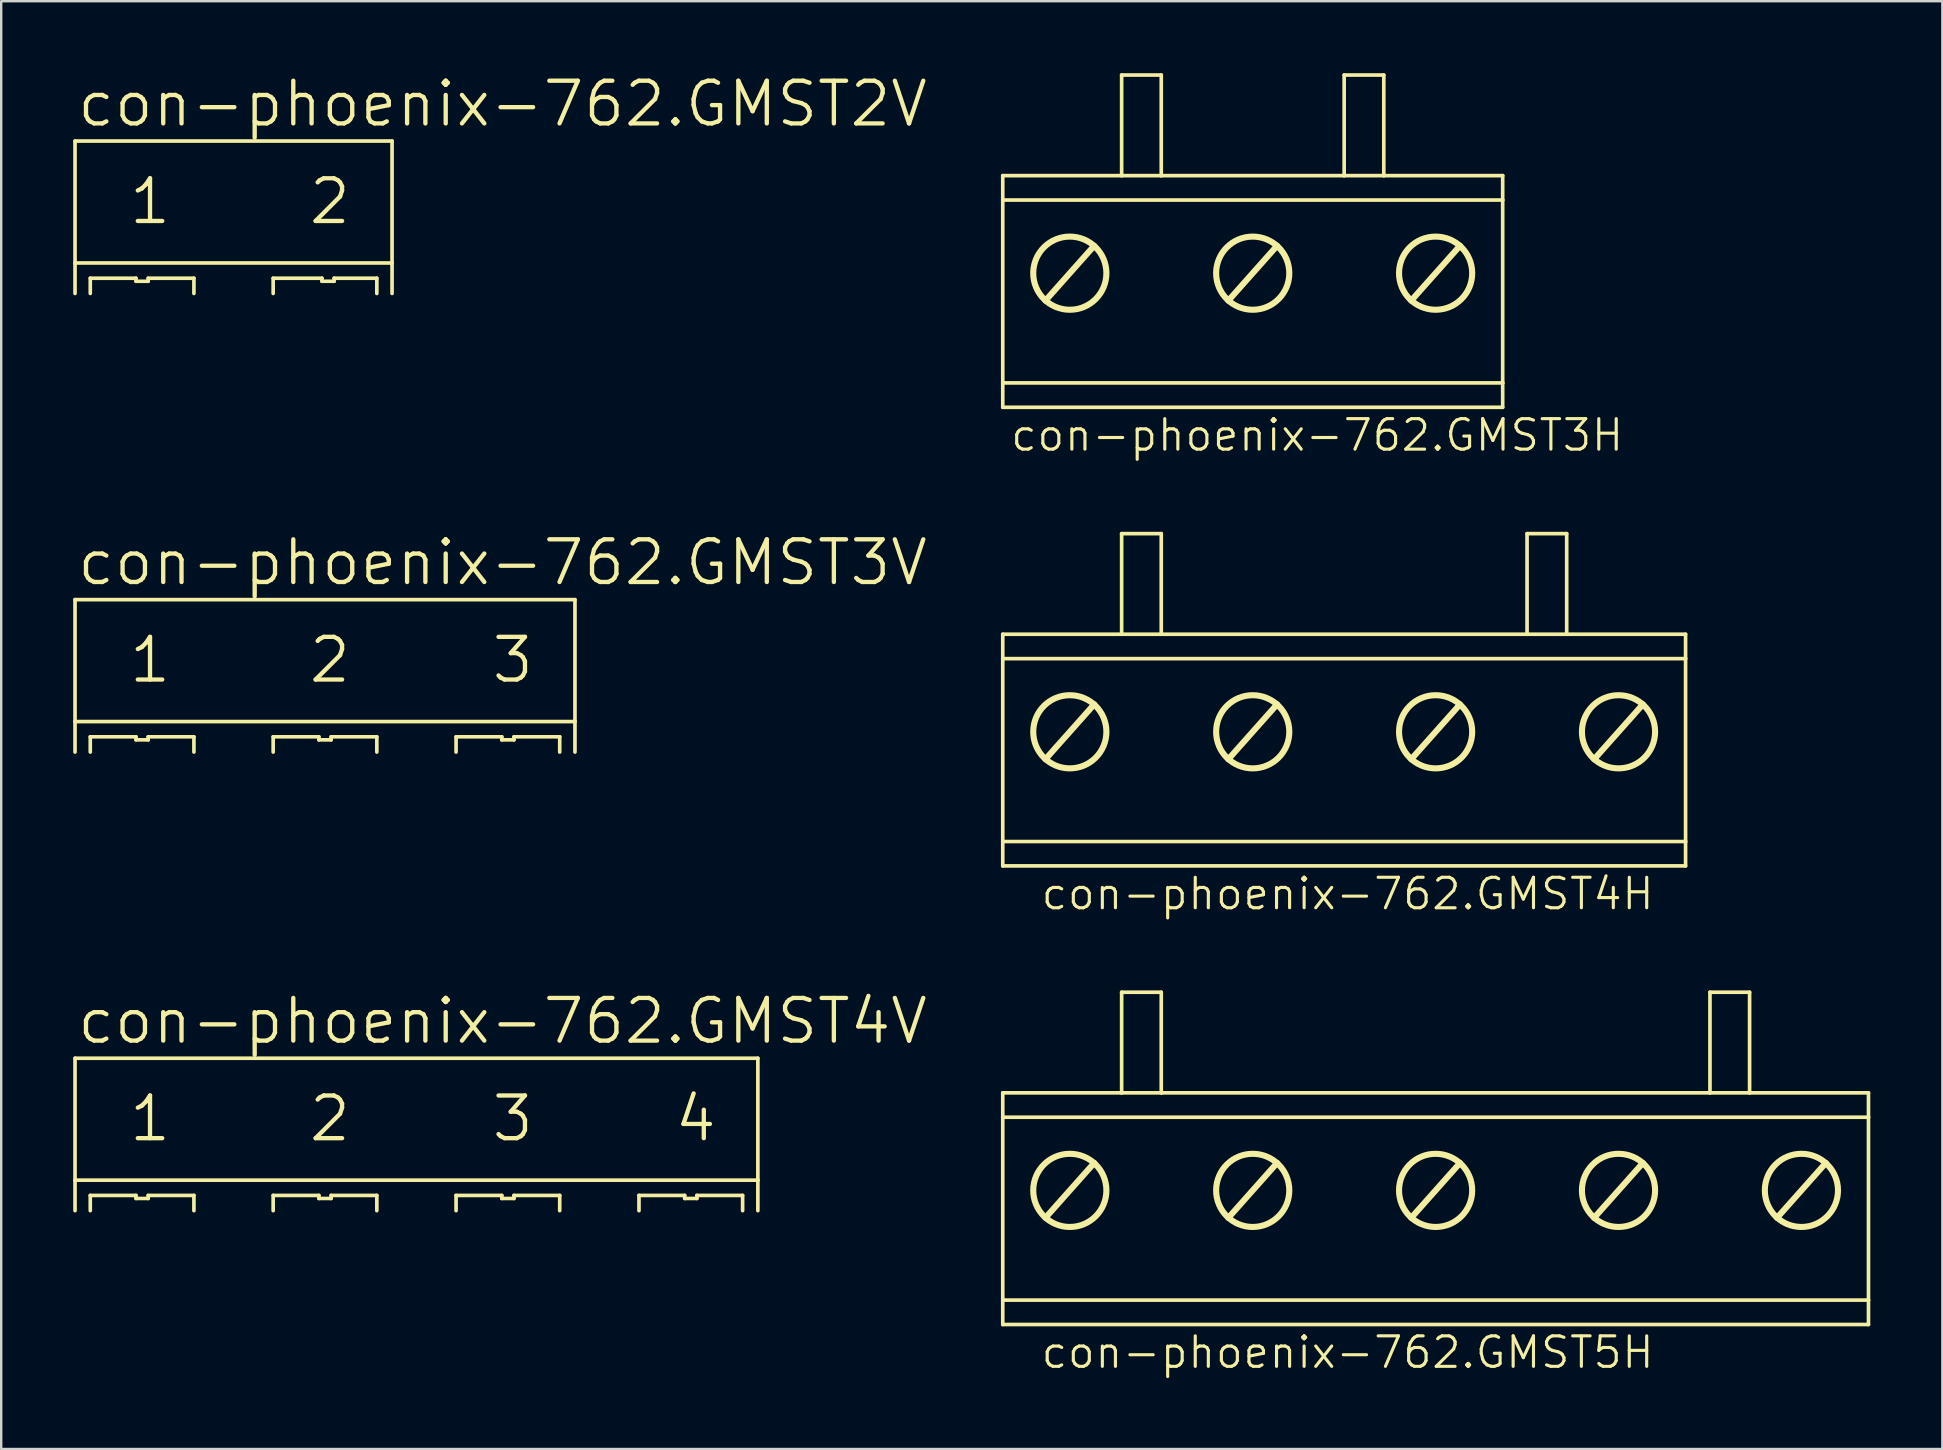
<source format=kicad_pcb>
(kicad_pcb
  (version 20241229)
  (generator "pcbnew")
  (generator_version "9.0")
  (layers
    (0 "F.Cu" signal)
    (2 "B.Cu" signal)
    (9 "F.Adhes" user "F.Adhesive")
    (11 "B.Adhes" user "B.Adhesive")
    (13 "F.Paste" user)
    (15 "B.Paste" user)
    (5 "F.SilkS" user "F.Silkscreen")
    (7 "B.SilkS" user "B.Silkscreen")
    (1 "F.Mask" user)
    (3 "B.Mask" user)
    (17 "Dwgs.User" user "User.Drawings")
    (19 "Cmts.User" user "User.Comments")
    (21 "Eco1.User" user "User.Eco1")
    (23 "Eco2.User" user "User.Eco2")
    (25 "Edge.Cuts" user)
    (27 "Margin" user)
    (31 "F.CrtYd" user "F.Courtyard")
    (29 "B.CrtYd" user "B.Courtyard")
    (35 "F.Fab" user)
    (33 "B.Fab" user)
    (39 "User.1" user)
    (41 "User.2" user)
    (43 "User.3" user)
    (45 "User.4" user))
  (footprint "con-phoenix-762.GMST4V"
    (layer "F.Cu")
    (at 14.3 44.595)
    (property "Reference" "con-phoenix-762.GMST4V" (at -14.224 -4.064 0) (layer "F.SilkS") (effects (font (size 1.778 1.778) (thickness 0.18)) (justify left bottom)))
    (fp_line (start -14.224 -3.556) (end 14.224 -3.556) (stroke (width 0.152) (type default)) (layer "F.SilkS"))
    (fp_line (start -14.224 1.524) (end -14.224 -3.556) (stroke (width 0.152) (type default)) (layer "F.SilkS"))
    (fp_line (start -14.224 1.524) (end 14.224 1.524) (stroke (width 0.152) (type default)) (layer "F.SilkS"))
    (fp_line (start -14.224 2.794) (end -14.224 1.524) (stroke (width 0.152) (type default)) (layer "F.SilkS"))
    (fp_line (start -13.589 2.159) (end -13.589 2.794) (stroke (width 0.152) (type default)) (layer "F.SilkS"))
    (fp_line (start -11.684 2.159) (end -13.589 2.159) (stroke (width 0.152) (type default)) (layer "F.SilkS"))
    (fp_line (start -11.684 2.286) (end -11.684 2.159) (stroke (width 0.152) (type default)) (layer "F.SilkS"))
    (fp_line (start -11.176 2.159) (end -11.176 2.286) (stroke (width 0.152) (type default)) (layer "F.SilkS"))
    (fp_line (start -11.176 2.286) (end -11.684 2.286) (stroke (width 0.152) (type default)) (layer "F.SilkS"))
    (fp_line (start -9.271 2.159) (end -11.176 2.159) (stroke (width 0.152) (type default)) (layer "F.SilkS"))
    (fp_line (start -9.271 2.794) (end -9.271 2.159) (stroke (width 0.152) (type default)) (layer "F.SilkS"))
    (fp_line (start -5.969 2.159) (end -5.969 2.794) (stroke (width 0.152) (type default)) (layer "F.SilkS"))
    (fp_line (start -4.064 2.159) (end -5.969 2.159) (stroke (width 0.152) (type default)) (layer "F.SilkS"))
    (fp_line (start -4.064 2.286) (end -4.064 2.159) (stroke (width 0.152) (type default)) (layer "F.SilkS"))
    (fp_line (start -3.556 2.159) (end -3.556 2.286) (stroke (width 0.152) (type default)) (layer "F.SilkS"))
    (fp_line (start -3.556 2.286) (end -4.064 2.286) (stroke (width 0.152) (type default)) (layer "F.SilkS"))
    (fp_line (start -1.651 2.159) (end -3.556 2.159) (stroke (width 0.152) (type default)) (layer "F.SilkS"))
    (fp_line (start -1.651 2.794) (end -1.651 2.159) (stroke (width 0.152) (type default)) (layer "F.SilkS"))
    (fp_line (start 1.651 2.159) (end 1.651 2.794) (stroke (width 0.152) (type default)) (layer "F.SilkS"))
    (fp_line (start 3.556 2.159) (end 1.651 2.159) (stroke (width 0.152) (type default)) (layer "F.SilkS"))
    (fp_line (start 3.556 2.286) (end 3.556 2.159) (stroke (width 0.152) (type default)) (layer "F.SilkS"))
    (fp_line (start 4.064 2.159) (end 4.064 2.286) (stroke (width 0.152) (type default)) (layer "F.SilkS"))
    (fp_line (start 4.064 2.286) (end 3.556 2.286) (stroke (width 0.152) (type default)) (layer "F.SilkS"))
    (fp_line (start 5.969 2.159) (end 4.064 2.159) (stroke (width 0.152) (type default)) (layer "F.SilkS"))
    (fp_line (start 5.969 2.794) (end 5.969 2.159) (stroke (width 0.152) (type default)) (layer "F.SilkS"))
    (fp_line (start 9.271 2.159) (end 9.271 2.794) (stroke (width 0.152) (type default)) (layer "F.SilkS"))
    (fp_line (start 11.176 2.159) (end 9.271 2.159) (stroke (width 0.152) (type default)) (layer "F.SilkS"))
    (fp_line (start 11.176 2.286) (end 11.176 2.159) (stroke (width 0.152) (type default)) (layer "F.SilkS"))
    (fp_line (start 11.684 2.159) (end 11.684 2.286) (stroke (width 0.152) (type default)) (layer "F.SilkS"))
    (fp_line (start 11.684 2.286) (end 11.176 2.286) (stroke (width 0.152) (type default)) (layer "F.SilkS"))
    (fp_line (start 13.589 2.159) (end 11.684 2.159) (stroke (width 0.152) (type default)) (layer "F.SilkS"))
    (fp_line (start 13.589 2.794) (end 13.589 2.159) (stroke (width 0.152) (type default)) (layer "F.SilkS"))
    (fp_line (start 14.224 -3.556) (end 14.224 1.524) (stroke (width 0.152) (type default)) (layer "F.SilkS"))
    (fp_line (start 14.224 1.524) (end 14.224 2.794) (stroke (width 0.152) (type default)) (layer "F.SilkS"))
    (fp_text user "3" (at 3.048 0 0) (layer "F.SilkS") (effects (font (size 1.778 1.778) (thickness 0.18)) (justify left bottom)))
    (fp_text user "4" (at 10.668 0 0) (layer "F.SilkS") (effects (font (size 1.778 1.778) (thickness 0.18)) (justify left bottom)))
    (fp_text user "2" (at -4.572 0 0) (layer "F.SilkS") (effects (font (size 1.778 1.778) (thickness 0.18)) (justify left bottom)))
    (fp_text user "1" (at -12.065 0 0) (layer "F.SilkS") (effects (font (size 1.778 1.778) (thickness 0.18)) (justify left bottom))))
  (footprint "con-phoenix-762.GMST3H"
    (layer "F.Cu")
    (at 49.141 6.934)
    (property "Reference" "con-phoenix-762.GMST3H" (at -10.16 8.89 0) (layer "F.SilkS") (effects (font (size 1.27 1.27) (thickness 0.13)) (justify left bottom)))
    (fp_line (start -10.414 -2.667) (end -10.414 -1.651) (stroke (width 0.152) (type default)) (layer "F.SilkS"))
    (fp_line (start -10.414 -2.667) (end -5.461 -2.667) (stroke (width 0.152) (type default)) (layer "F.SilkS"))
    (fp_line (start -10.414 -1.651) (end -10.414 5.969) (stroke (width 0.152) (type default)) (layer "F.SilkS"))
    (fp_line (start -10.414 -1.651) (end 10.414 -1.651) (stroke (width 0.152) (type default)) (layer "F.SilkS"))
    (fp_line (start -10.414 5.969) (end -10.414 6.985) (stroke (width 0.152) (type default)) (layer "F.SilkS"))
    (fp_line (start -10.414 5.969) (end 10.414 5.969) (stroke (width 0.152) (type default)) (layer "F.SilkS"))
    (fp_line (start -10.414 6.985) (end 10.414 6.985) (stroke (width 0.152) (type default)) (layer "F.SilkS"))
    (fp_line (start -8.636 2.54) (end -6.604 0.254) (stroke (width 0.254) (type default)) (layer "F.SilkS"))
    (fp_line (start -5.461 -6.858) (end -5.461 -2.667) (stroke (width 0.152) (type default)) (layer "F.SilkS"))
    (fp_line (start -5.461 -2.667) (end -3.81 -2.667) (stroke (width 0.152) (type default)) (layer "F.SilkS"))
    (fp_line (start -3.81 -6.858) (end -5.461 -6.858) (stroke (width 0.152) (type default)) (layer "F.SilkS"))
    (fp_line (start -3.81 -2.667) (end -3.81 -6.858) (stroke (width 0.152) (type default)) (layer "F.SilkS"))
    (fp_line (start -3.81 -2.667) (end 3.81 -2.667) (stroke (width 0.152) (type default)) (layer "F.SilkS"))
    (fp_line (start -1.016 2.54) (end 1.016 0.254) (stroke (width 0.254) (type default)) (layer "F.SilkS"))
    (fp_line (start 3.81 -2.667) (end 3.81 -6.858) (stroke (width 0.152) (type default)) (layer "F.SilkS"))
    (fp_line (start 3.81 -2.667) (end 5.461 -2.667) (stroke (width 0.152) (type default)) (layer "F.SilkS"))
    (fp_line (start 5.461 -6.858) (end 3.81 -6.858) (stroke (width 0.152) (type default)) (layer "F.SilkS"))
    (fp_line (start 5.461 -6.858) (end 5.461 -2.667) (stroke (width 0.152) (type default)) (layer "F.SilkS"))
    (fp_line (start 5.461 -2.667) (end 10.414 -2.667) (stroke (width 0.152) (type default)) (layer "F.SilkS"))
    (fp_line (start 6.604 2.54) (end 8.636 0.254) (stroke (width 0.254) (type default)) (layer "F.SilkS"))
    (fp_line (start 10.414 -2.667) (end 10.414 -1.651) (stroke (width 0.152) (type default)) (layer "F.SilkS"))
    (fp_line (start 10.414 -1.651) (end 10.414 5.969) (stroke (width 0.152) (type default)) (layer "F.SilkS"))
    (fp_line (start 10.414 5.969) (end 10.414 6.985) (stroke (width 0.152) (type default)) (layer "F.SilkS"))
    (fp_circle (center -7.62 1.397) (end -6.096 1.397) (stroke (width 0.254) (type default)) (fill no) (layer "F.SilkS"))
    (fp_circle (center 0 1.397) (end 1.524 1.397) (stroke (width 0.254) (type default)) (fill no) (layer "F.SilkS"))
    (fp_circle (center 7.62 1.397) (end 9.144 1.397) (stroke (width 0.254) (type default)) (fill no) (layer "F.SilkS")))
  (footprint "con-phoenix-762.GMST2V"
    (layer "F.Cu")
    (at 6.68 6.382)
    (property "Reference" "con-phoenix-762.GMST2V" (at -6.604 -4.064 0) (layer "F.SilkS") (effects (font (size 1.778 1.778) (thickness 0.18)) (justify left bottom)))
    (fp_line (start -6.604 -3.556) (end 6.604 -3.556) (stroke (width 0.152) (type default)) (layer "F.SilkS"))
    (fp_line (start -6.604 1.524) (end -6.604 -3.556) (stroke (width 0.152) (type default)) (layer "F.SilkS"))
    (fp_line (start -6.604 1.524) (end 6.604 1.524) (stroke (width 0.152) (type default)) (layer "F.SilkS"))
    (fp_line (start -6.604 2.794) (end -6.604 1.524) (stroke (width 0.152) (type default)) (layer "F.SilkS"))
    (fp_line (start -5.969 2.159) (end -5.969 2.794) (stroke (width 0.152) (type default)) (layer "F.SilkS"))
    (fp_line (start -4.064 2.159) (end -5.969 2.159) (stroke (width 0.152) (type default)) (layer "F.SilkS"))
    (fp_line (start -4.064 2.286) (end -4.064 2.159) (stroke (width 0.152) (type default)) (layer "F.SilkS"))
    (fp_line (start -3.556 2.159) (end -3.556 2.286) (stroke (width 0.152) (type default)) (layer "F.SilkS"))
    (fp_line (start -3.556 2.286) (end -4.064 2.286) (stroke (width 0.152) (type default)) (layer "F.SilkS"))
    (fp_line (start -1.651 2.159) (end -3.556 2.159) (stroke (width 0.152) (type default)) (layer "F.SilkS"))
    (fp_line (start -1.651 2.794) (end -1.651 2.159) (stroke (width 0.152) (type default)) (layer "F.SilkS"))
    (fp_line (start 1.651 2.159) (end 1.651 2.794) (stroke (width 0.152) (type default)) (layer "F.SilkS"))
    (fp_line (start 3.683 2.159) (end 1.651 2.159) (stroke (width 0.152) (type default)) (layer "F.SilkS"))
    (fp_line (start 3.683 2.286) (end 3.683 2.159) (stroke (width 0.152) (type default)) (layer "F.SilkS"))
    (fp_line (start 4.191 2.159) (end 4.191 2.286) (stroke (width 0.152) (type default)) (layer "F.SilkS"))
    (fp_line (start 4.191 2.286) (end 3.683 2.286) (stroke (width 0.152) (type default)) (layer "F.SilkS"))
    (fp_line (start 5.969 2.159) (end 4.191 2.159) (stroke (width 0.152) (type default)) (layer "F.SilkS"))
    (fp_line (start 5.969 2.794) (end 5.969 2.159) (stroke (width 0.152) (type default)) (layer "F.SilkS"))
    (fp_line (start 6.604 -3.556) (end 6.604 1.524) (stroke (width 0.152) (type default)) (layer "F.SilkS"))
    (fp_line (start 6.604 1.524) (end 6.604 2.794) (stroke (width 0.152) (type default)) (layer "F.SilkS"))
    (fp_text user "1" (at -4.445 0 0) (layer "F.SilkS") (effects (font (size 1.778 1.778) (thickness 0.18)) (justify left bottom)))
    (fp_text user "2" (at 3.048 0 0) (layer "F.SilkS") (effects (font (size 1.778 1.778) (thickness 0.18)) (justify left bottom))))
  (footprint "con-phoenix-762.GMST3V"
    (layer "F.Cu")
    (at 10.49 25.488)
    (property "Reference" "con-phoenix-762.GMST3V" (at -10.414 -4.064 0) (layer "F.SilkS") (effects (font (size 1.778 1.778) (thickness 0.18)) (justify left bottom)))
    (fp_line (start -10.414 -3.556) (end 10.414 -3.556) (stroke (width 0.152) (type default)) (layer "F.SilkS"))
    (fp_line (start -10.414 1.524) (end -10.414 -3.556) (stroke (width 0.152) (type default)) (layer "F.SilkS"))
    (fp_line (start -10.414 1.524) (end 10.414 1.524) (stroke (width 0.152) (type default)) (layer "F.SilkS"))
    (fp_line (start -10.414 2.794) (end -10.414 1.524) (stroke (width 0.152) (type default)) (layer "F.SilkS"))
    (fp_line (start -9.779 2.159) (end -9.779 2.794) (stroke (width 0.152) (type default)) (layer "F.SilkS"))
    (fp_line (start -7.874 2.159) (end -9.779 2.159) (stroke (width 0.152) (type default)) (layer "F.SilkS"))
    (fp_line (start -7.874 2.286) (end -7.874 2.159) (stroke (width 0.152) (type default)) (layer "F.SilkS"))
    (fp_line (start -7.366 2.159) (end -7.366 2.286) (stroke (width 0.152) (type default)) (layer "F.SilkS"))
    (fp_line (start -7.366 2.286) (end -7.874 2.286) (stroke (width 0.152) (type default)) (layer "F.SilkS"))
    (fp_line (start -5.461 2.159) (end -7.366 2.159) (stroke (width 0.152) (type default)) (layer "F.SilkS"))
    (fp_line (start -5.461 2.794) (end -5.461 2.159) (stroke (width 0.152) (type default)) (layer "F.SilkS"))
    (fp_line (start -2.159 2.159) (end -2.159 2.794) (stroke (width 0.152) (type default)) (layer "F.SilkS"))
    (fp_line (start -0.254 2.159) (end -2.159 2.159) (stroke (width 0.152) (type default)) (layer "F.SilkS"))
    (fp_line (start -0.254 2.286) (end -0.254 2.159) (stroke (width 0.152) (type default)) (layer "F.SilkS"))
    (fp_line (start 0.254 2.159) (end 0.254 2.286) (stroke (width 0.152) (type default)) (layer "F.SilkS"))
    (fp_line (start 0.254 2.286) (end -0.254 2.286) (stroke (width 0.152) (type default)) (layer "F.SilkS"))
    (fp_line (start 2.159 2.159) (end 0.254 2.159) (stroke (width 0.152) (type default)) (layer "F.SilkS"))
    (fp_line (start 2.159 2.794) (end 2.159 2.159) (stroke (width 0.152) (type default)) (layer "F.SilkS"))
    (fp_line (start 5.461 2.159) (end 5.461 2.794) (stroke (width 0.152) (type default)) (layer "F.SilkS"))
    (fp_line (start 7.366 2.159) (end 5.461 2.159) (stroke (width 0.152) (type default)) (layer "F.SilkS"))
    (fp_line (start 7.366 2.286) (end 7.366 2.159) (stroke (width 0.152) (type default)) (layer "F.SilkS"))
    (fp_line (start 7.874 2.159) (end 7.874 2.286) (stroke (width 0.152) (type default)) (layer "F.SilkS"))
    (fp_line (start 7.874 2.286) (end 7.366 2.286) (stroke (width 0.152) (type default)) (layer "F.SilkS"))
    (fp_line (start 9.779 2.159) (end 7.874 2.159) (stroke (width 0.152) (type default)) (layer "F.SilkS"))
    (fp_line (start 9.779 2.794) (end 9.779 2.159) (stroke (width 0.152) (type default)) (layer "F.SilkS"))
    (fp_line (start 10.414 -3.556) (end 10.414 1.524) (stroke (width 0.152) (type default)) (layer "F.SilkS"))
    (fp_line (start 10.414 1.524) (end 10.414 2.794) (stroke (width 0.152) (type default)) (layer "F.SilkS"))
    (fp_text user "2" (at -0.762 0 0) (layer "F.SilkS") (effects (font (size 1.778 1.778) (thickness 0.18)) (justify left bottom)))
    (fp_text user "1" (at -8.255 0 0) (layer "F.SilkS") (effects (font (size 1.778 1.778) (thickness 0.18)) (justify left bottom)))
    (fp_text user "3" (at 6.858 0 0) (layer "F.SilkS") (effects (font (size 1.778 1.778) (thickness 0.18)) (justify left bottom))))
  (footprint "con-phoenix-762.GMST5H"
    (layer "F.Cu")
    (at 56.761 45.147)
    (property "Reference" "con-phoenix-762.GMST5H" (at -16.51 8.89 0) (layer "F.SilkS") (effects (font (size 1.27 1.27) (thickness 0.13)) (justify left bottom)))
    (fp_line (start -18.034 -2.667) (end -18.034 -1.651) (stroke (width 0.152) (type default)) (layer "F.SilkS"))
    (fp_line (start -18.034 -2.667) (end -13.081 -2.667) (stroke (width 0.152) (type default)) (layer "F.SilkS"))
    (fp_line (start -18.034 -1.651) (end -18.034 5.969) (stroke (width 0.152) (type default)) (layer "F.SilkS"))
    (fp_line (start -18.034 -1.651) (end 18.034 -1.651) (stroke (width 0.152) (type default)) (layer "F.SilkS"))
    (fp_line (start -18.034 5.969) (end -18.034 6.985) (stroke (width 0.152) (type default)) (layer "F.SilkS"))
    (fp_line (start -18.034 5.969) (end 18.034 5.969) (stroke (width 0.152) (type default)) (layer "F.SilkS"))
    (fp_line (start -18.034 6.985) (end 18.034 6.985) (stroke (width 0.152) (type default)) (layer "F.SilkS"))
    (fp_line (start -16.256 2.54) (end -14.224 0.254) (stroke (width 0.254) (type default)) (layer "F.SilkS"))
    (fp_line (start -13.081 -6.858) (end -13.081 -2.667) (stroke (width 0.152) (type default)) (layer "F.SilkS"))
    (fp_line (start -13.081 -2.667) (end -11.43 -2.667) (stroke (width 0.152) (type default)) (layer "F.SilkS"))
    (fp_line (start -11.43 -6.858) (end -13.081 -6.858) (stroke (width 0.152) (type default)) (layer "F.SilkS"))
    (fp_line (start -11.43 -2.667) (end -11.43 -6.858) (stroke (width 0.152) (type default)) (layer "F.SilkS"))
    (fp_line (start -11.43 -2.667) (end 11.43 -2.667) (stroke (width 0.152) (type default)) (layer "F.SilkS"))
    (fp_line (start -8.636 2.54) (end -6.604 0.254) (stroke (width 0.254) (type default)) (layer "F.SilkS"))
    (fp_line (start -1.016 2.54) (end 1.016 0.254) (stroke (width 0.254) (type default)) (layer "F.SilkS"))
    (fp_line (start 6.604 2.54) (end 8.636 0.254) (stroke (width 0.254) (type default)) (layer "F.SilkS"))
    (fp_line (start 11.43 -2.667) (end 11.43 -6.858) (stroke (width 0.152) (type default)) (layer "F.SilkS"))
    (fp_line (start 11.43 -2.667) (end 13.081 -2.667) (stroke (width 0.152) (type default)) (layer "F.SilkS"))
    (fp_line (start 13.081 -6.858) (end 11.43 -6.858) (stroke (width 0.152) (type default)) (layer "F.SilkS"))
    (fp_line (start 13.081 -6.858) (end 13.081 -2.667) (stroke (width 0.152) (type default)) (layer "F.SilkS"))
    (fp_line (start 13.081 -2.667) (end 18.034 -2.667) (stroke (width 0.152) (type default)) (layer "F.SilkS"))
    (fp_line (start 14.224 2.54) (end 16.256 0.254) (stroke (width 0.254) (type default)) (layer "F.SilkS"))
    (fp_line (start 18.034 -2.667) (end 18.034 -1.651) (stroke (width 0.152) (type default)) (layer "F.SilkS"))
    (fp_line (start 18.034 -1.651) (end 18.034 5.969) (stroke (width 0.152) (type default)) (layer "F.SilkS"))
    (fp_line (start 18.034 5.969) (end 18.034 6.985) (stroke (width 0.152) (type default)) (layer "F.SilkS"))
    (fp_circle (center -15.24 1.397) (end -13.716 1.397) (stroke (width 0.254) (type default)) (fill no) (layer "F.SilkS"))
    (fp_circle (center -7.62 1.397) (end -6.096 1.397) (stroke (width 0.254) (type default)) (fill no) (layer "F.SilkS"))
    (fp_circle (center 0 1.397) (end 1.524 1.397) (stroke (width 0.254) (type default)) (fill no) (layer "F.SilkS"))
    (fp_circle (center 7.62 1.397) (end 9.144 1.397) (stroke (width 0.254) (type default)) (fill no) (layer "F.SilkS"))
    (fp_circle (center 15.24 1.397) (end 16.764 1.397) (stroke (width 0.254) (type default)) (fill no) (layer "F.SilkS")))
  (footprint "con-phoenix-762.GMST4H"
    (layer "F.Cu")
    (at 52.951 26.041)
    (property "Reference" "con-phoenix-762.GMST4H" (at -12.7 8.89 0) (layer "F.SilkS") (effects (font (size 1.27 1.27) (thickness 0.13)) (justify left bottom)))
    (fp_line (start -14.224 -2.667) (end -14.224 -1.651) (stroke (width 0.152) (type default)) (layer "F.SilkS"))
    (fp_line (start -14.224 -2.667) (end -9.271 -2.667) (stroke (width 0.152) (type default)) (layer "F.SilkS"))
    (fp_line (start -14.224 -1.651) (end -14.224 5.969) (stroke (width 0.152) (type default)) (layer "F.SilkS"))
    (fp_line (start -14.224 -1.651) (end 14.224 -1.651) (stroke (width 0.152) (type default)) (layer "F.SilkS"))
    (fp_line (start -14.224 5.969) (end -14.224 6.985) (stroke (width 0.152) (type default)) (layer "F.SilkS"))
    (fp_line (start -14.224 5.969) (end 14.224 5.969) (stroke (width 0.152) (type default)) (layer "F.SilkS"))
    (fp_line (start -14.224 6.985) (end 14.224 6.985) (stroke (width 0.152) (type default)) (layer "F.SilkS"))
    (fp_line (start -12.446 2.54) (end -10.414 0.254) (stroke (width 0.254) (type default)) (layer "F.SilkS"))
    (fp_line (start -9.271 -6.858) (end -9.271 -2.667) (stroke (width 0.152) (type default)) (layer "F.SilkS"))
    (fp_line (start -9.271 -2.667) (end -7.62 -2.667) (stroke (width 0.152) (type default)) (layer "F.SilkS"))
    (fp_line (start -7.62 -6.858) (end -9.271 -6.858) (stroke (width 0.152) (type default)) (layer "F.SilkS"))
    (fp_line (start -7.62 -2.667) (end -7.62 -6.858) (stroke (width 0.152) (type default)) (layer "F.SilkS"))
    (fp_line (start -7.62 -2.667) (end 7.62 -2.667) (stroke (width 0.152) (type default)) (layer "F.SilkS"))
    (fp_line (start -4.826 2.54) (end -2.794 0.254) (stroke (width 0.254) (type default)) (layer "F.SilkS"))
    (fp_line (start 2.794 2.54) (end 4.826 0.254) (stroke (width 0.254) (type default)) (layer "F.SilkS"))
    (fp_line (start 7.62 -2.667) (end 7.62 -6.858) (stroke (width 0.152) (type default)) (layer "F.SilkS"))
    (fp_line (start 7.62 -2.667) (end 9.271 -2.667) (stroke (width 0.152) (type default)) (layer "F.SilkS"))
    (fp_line (start 9.271 -6.858) (end 7.62 -6.858) (stroke (width 0.152) (type default)) (layer "F.SilkS"))
    (fp_line (start 9.271 -6.858) (end 9.271 -2.667) (stroke (width 0.152) (type default)) (layer "F.SilkS"))
    (fp_line (start 9.271 -2.667) (end 14.224 -2.667) (stroke (width 0.152) (type default)) (layer "F.SilkS"))
    (fp_line (start 10.414 2.54) (end 12.446 0.254) (stroke (width 0.254) (type default)) (layer "F.SilkS"))
    (fp_line (start 14.224 -2.667) (end 14.224 -1.651) (stroke (width 0.152) (type default)) (layer "F.SilkS"))
    (fp_line (start 14.224 -1.651) (end 14.224 5.969) (stroke (width 0.152) (type default)) (layer "F.SilkS"))
    (fp_line (start 14.224 5.969) (end 14.224 6.985) (stroke (width 0.152) (type default)) (layer "F.SilkS"))
    (fp_circle (center -11.43 1.397) (end -9.906 1.397) (stroke (width 0.254) (type default)) (fill no) (layer "F.SilkS"))
    (fp_circle (center -3.81 1.397) (end -2.286 1.397) (stroke (width 0.254) (type default)) (fill no) (layer "F.SilkS"))
    (fp_circle (center 3.81 1.397) (end 5.334 1.397) (stroke (width 0.254) (type default)) (fill no) (layer "F.SilkS"))
    (fp_circle (center 11.43 1.397) (end 12.954 1.397) (stroke (width 0.254) (type default)) (fill no) (layer "F.SilkS")))
  (gr_rect
    (start -3 -3)
    (end 77.872 57.319)
    (stroke (width 0.1) (type default))
    (fill no)
    (layer "Edge.Cuts")))
</source>
